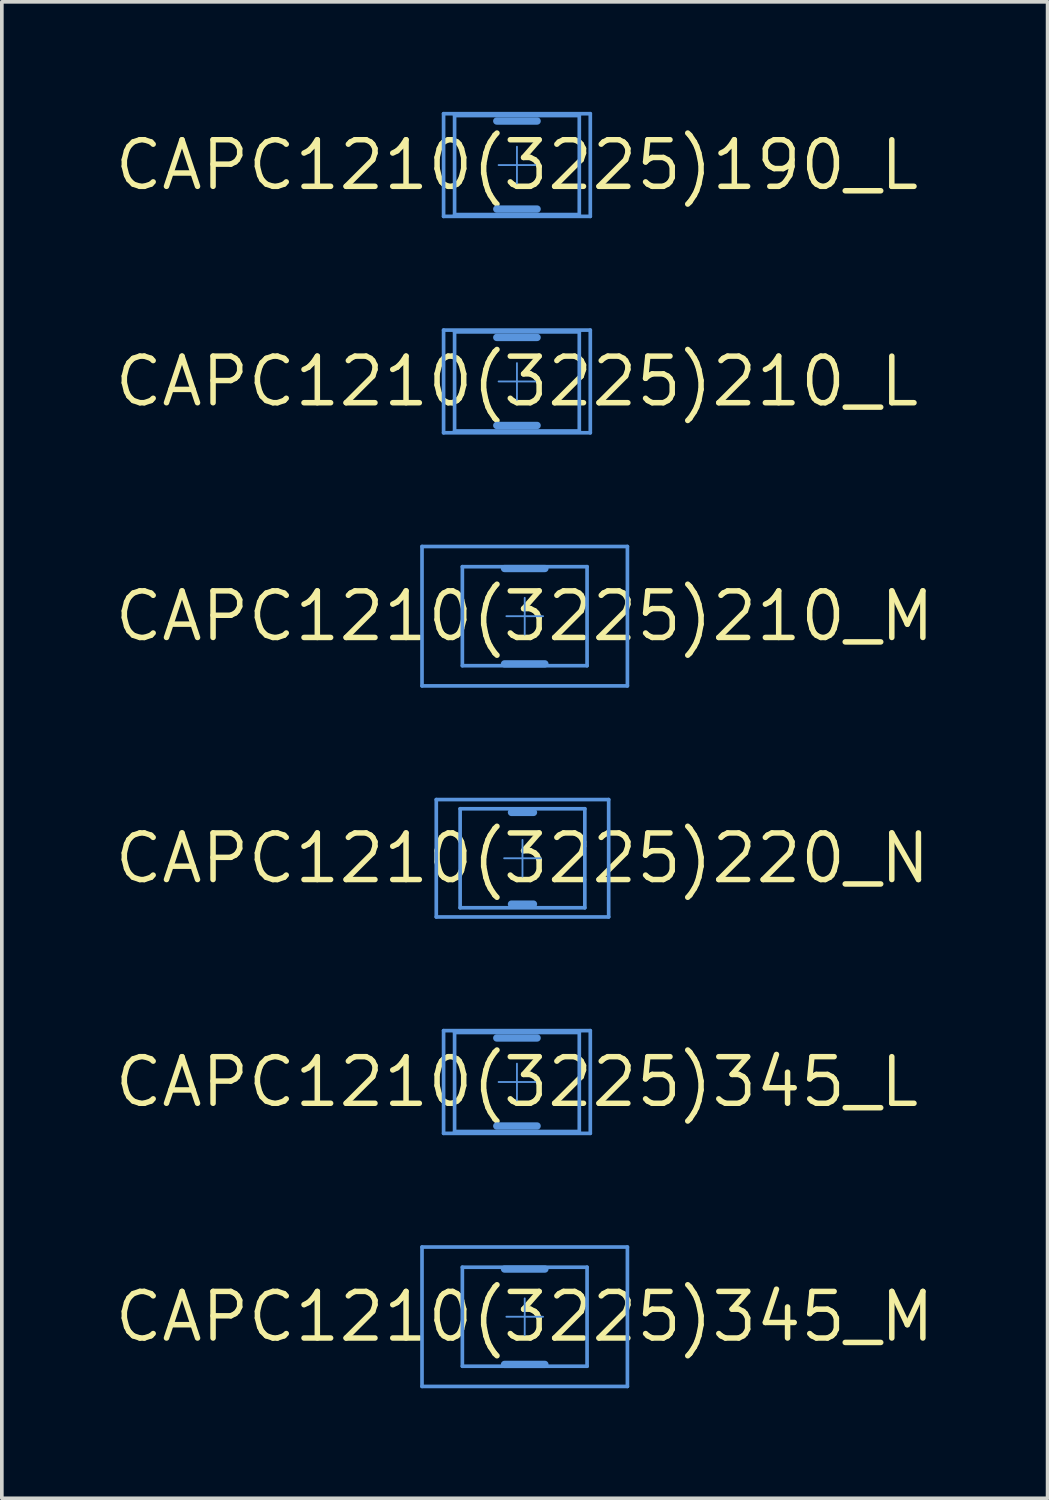
<source format=kicad_pcb>
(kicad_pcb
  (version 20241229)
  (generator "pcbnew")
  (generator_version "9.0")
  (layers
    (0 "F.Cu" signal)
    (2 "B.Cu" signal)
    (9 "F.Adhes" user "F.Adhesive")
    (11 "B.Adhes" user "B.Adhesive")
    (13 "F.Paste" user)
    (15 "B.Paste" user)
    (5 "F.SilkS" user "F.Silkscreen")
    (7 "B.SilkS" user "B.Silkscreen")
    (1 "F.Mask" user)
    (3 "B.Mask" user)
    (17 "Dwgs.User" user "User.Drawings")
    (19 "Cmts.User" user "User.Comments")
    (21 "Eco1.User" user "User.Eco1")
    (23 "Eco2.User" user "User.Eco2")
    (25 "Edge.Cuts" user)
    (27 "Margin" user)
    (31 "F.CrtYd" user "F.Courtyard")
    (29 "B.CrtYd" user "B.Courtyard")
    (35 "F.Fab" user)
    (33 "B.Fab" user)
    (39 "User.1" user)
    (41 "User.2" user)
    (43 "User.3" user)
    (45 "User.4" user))
  (footprint "CAPC1210(3225)220_N"
    (layer "F.Cu")
    (at 11.195 20.35)
    (property "Reference" "CAPC1210(3225)220_N" (at 0 0 0) (layer "F.SilkS") (effects (font (size 1.27 1.27) (thickness 0.15))))
    (attr through_hole)
    (fp_line (start -2.35 -1.6) (end 2.35 -1.6) (stroke (width 0.05) (type solid)) (layer "Cmts.User"))
    (fp_line (start -2.35 -1.6) (end 2.35 -1.6) (stroke (width 0.1) (type solid)) (layer "Cmts.User"))
    (fp_line (start -2.35 1.6) (end -2.35 -1.6) (stroke (width 0.05) (type solid)) (layer "Cmts.User"))
    (fp_line (start -2.35 1.6) (end -2.35 -1.6) (stroke (width 0.1) (type solid)) (layer "Cmts.User"))
    (fp_line (start -2.35 1.6) (end 2.35 1.6) (stroke (width 0.05) (type solid)) (layer "Cmts.User"))
    (fp_line (start -2.35 1.6) (end 2.35 1.6) (stroke (width 0.1) (type solid)) (layer "Cmts.User"))
    (fp_line (start -1.7 -1.35) (end 1.7 -1.35) (stroke (width 0.1) (type solid)) (layer "Cmts.User"))
    (fp_line (start -1.7 1.35) (end -1.7 -1.35) (stroke (width 0.1) (type solid)) (layer "Cmts.User"))
    (fp_line (start -1.7 1.35) (end 1.7 1.35) (stroke (width 0.1) (type solid)) (layer "Cmts.User"))
    (fp_line (start -0.5 0) (end 0.5 0) (stroke (width 0.05) (type solid)) (layer "Cmts.User"))
    (fp_line (start -0.3 -1.25) (end 0.3 -1.25) (stroke (width 0.2) (type solid)) (layer "Cmts.User"))
    (fp_line (start -0.3 1.25) (end 0.3 1.25) (stroke (width 0.2) (type solid)) (layer "Cmts.User"))
    (fp_line (start 0 0.5) (end 0 -0.5) (stroke (width 0.05) (type solid)) (layer "Cmts.User"))
    (fp_line (start 1.7 1.35) (end 1.7 -1.35) (stroke (width 0.1) (type solid)) (layer "Cmts.User"))
    (fp_line (start 2.35 1.6) (end 2.35 -1.6) (stroke (width 0.05) (type solid)) (layer "Cmts.User"))
    (fp_line (start 2.35 1.6) (end 2.35 -1.6) (stroke (width 0.1) (type solid)) (layer "Cmts.User")))
  (footprint "CAPC1210(3225)210_M"
    (layer "F.Cu")
    (at 11.256 13.75)
    (property "Reference" "CAPC1210(3225)210_M" (at 0 0 0) (layer "F.SilkS") (effects (font (size 1.27 1.27) (thickness 0.15))))
    (attr through_hole)
    (fp_line (start -2.8 -1.9) (end 2.8 -1.9) (stroke (width 0.05) (type solid)) (layer "Cmts.User"))
    (fp_line (start -2.8 -1.9) (end 2.8 -1.9) (stroke (width 0.1) (type solid)) (layer "Cmts.User"))
    (fp_line (start -2.8 1.9) (end -2.8 -1.9) (stroke (width 0.05) (type solid)) (layer "Cmts.User"))
    (fp_line (start -2.8 1.9) (end -2.8 -1.9) (stroke (width 0.1) (type solid)) (layer "Cmts.User"))
    (fp_line (start -2.8 1.9) (end 2.8 1.9) (stroke (width 0.05) (type solid)) (layer "Cmts.User"))
    (fp_line (start -2.8 1.9) (end 2.8 1.9) (stroke (width 0.1) (type solid)) (layer "Cmts.User"))
    (fp_line (start -1.7 -1.35) (end 1.7 -1.35) (stroke (width 0.1) (type solid)) (layer "Cmts.User"))
    (fp_line (start -1.7 1.35) (end -1.7 -1.35) (stroke (width 0.1) (type solid)) (layer "Cmts.User"))
    (fp_line (start -1.7 1.35) (end 1.7 1.35) (stroke (width 0.1) (type solid)) (layer "Cmts.User"))
    (fp_line (start -0.55 -1.3) (end 0.55 -1.3) (stroke (width 0.2) (type solid)) (layer "Cmts.User"))
    (fp_line (start -0.55 1.3) (end 0.55 1.3) (stroke (width 0.2) (type solid)) (layer "Cmts.User"))
    (fp_line (start -0.5 0) (end 0.5 0) (stroke (width 0.05) (type solid)) (layer "Cmts.User"))
    (fp_line (start 0 0.5) (end 0 -0.5) (stroke (width 0.05) (type solid)) (layer "Cmts.User"))
    (fp_line (start 1.7 1.35) (end 1.7 -1.35) (stroke (width 0.1) (type solid)) (layer "Cmts.User"))
    (fp_line (start 2.8 1.9) (end 2.8 -1.9) (stroke (width 0.05) (type solid)) (layer "Cmts.User"))
    (fp_line (start 2.8 1.9) (end 2.8 -1.9) (stroke (width 0.1) (type solid)) (layer "Cmts.User")))
  (footprint "CAPC1210(3225)345_M"
    (layer "F.Cu")
    (at 11.256 32.85)
    (property "Reference" "CAPC1210(3225)345_M" (at 0 0 0) (layer "F.SilkS") (effects (font (size 1.27 1.27) (thickness 0.15))))
    (attr through_hole)
    (fp_line (start -2.8 -1.9) (end 2.8 -1.9) (stroke (width 0.05) (type solid)) (layer "Cmts.User"))
    (fp_line (start -2.8 -1.9) (end 2.8 -1.9) (stroke (width 0.1) (type solid)) (layer "Cmts.User"))
    (fp_line (start -2.8 1.9) (end -2.8 -1.9) (stroke (width 0.05) (type solid)) (layer "Cmts.User"))
    (fp_line (start -2.8 1.9) (end -2.8 -1.9) (stroke (width 0.1) (type solid)) (layer "Cmts.User"))
    (fp_line (start -2.8 1.9) (end 2.8 1.9) (stroke (width 0.05) (type solid)) (layer "Cmts.User"))
    (fp_line (start -2.8 1.9) (end 2.8 1.9) (stroke (width 0.1) (type solid)) (layer "Cmts.User"))
    (fp_line (start -1.7 -1.35) (end 1.7 -1.35) (stroke (width 0.1) (type solid)) (layer "Cmts.User"))
    (fp_line (start -1.7 1.35) (end -1.7 -1.35) (stroke (width 0.1) (type solid)) (layer "Cmts.User"))
    (fp_line (start -1.7 1.35) (end 1.7 1.35) (stroke (width 0.1) (type solid)) (layer "Cmts.User"))
    (fp_line (start -0.55 -1.3) (end 0.55 -1.3) (stroke (width 0.2) (type solid)) (layer "Cmts.User"))
    (fp_line (start -0.55 1.3) (end 0.55 1.3) (stroke (width 0.2) (type solid)) (layer "Cmts.User"))
    (fp_line (start -0.5 0) (end 0.5 0) (stroke (width 0.05) (type solid)) (layer "Cmts.User"))
    (fp_line (start 0 0.5) (end 0 -0.5) (stroke (width 0.05) (type solid)) (layer "Cmts.User"))
    (fp_line (start 1.7 1.35) (end 1.7 -1.35) (stroke (width 0.1) (type solid)) (layer "Cmts.User"))
    (fp_line (start 2.8 1.9) (end 2.8 -1.9) (stroke (width 0.05) (type solid)) (layer "Cmts.User"))
    (fp_line (start 2.8 1.9) (end 2.8 -1.9) (stroke (width 0.1) (type solid)) (layer "Cmts.User")))
  (footprint "CAPC1210(3225)345_L"
    (layer "F.Cu")
    (at 11.044 26.45)
    (property "Reference" "CAPC1210(3225)345_L" (at 0 0 0) (layer "F.SilkS") (effects (font (size 1.27 1.27) (thickness 0.15))))
    (attr through_hole)
    (fp_line (start -2 -1.4) (end 2 -1.4) (stroke (width 0.05) (type solid)) (layer "Cmts.User"))
    (fp_line (start -2 -1.4) (end 2 -1.4) (stroke (width 0.1) (type solid)) (layer "Cmts.User"))
    (fp_line (start -2 1.4) (end -2 -1.4) (stroke (width 0.05) (type solid)) (layer "Cmts.User"))
    (fp_line (start -2 1.4) (end -2 -1.4) (stroke (width 0.1) (type solid)) (layer "Cmts.User"))
    (fp_line (start -2 1.4) (end 2 1.4) (stroke (width 0.05) (type solid)) (layer "Cmts.User"))
    (fp_line (start -2 1.4) (end 2 1.4) (stroke (width 0.1) (type solid)) (layer "Cmts.User"))
    (fp_line (start -1.7 -1.35) (end 1.7 -1.35) (stroke (width 0.1) (type solid)) (layer "Cmts.User"))
    (fp_line (start -1.7 1.35) (end -1.7 -1.35) (stroke (width 0.1) (type solid)) (layer "Cmts.User"))
    (fp_line (start -1.7 1.35) (end 1.7 1.35) (stroke (width 0.1) (type solid)) (layer "Cmts.User"))
    (fp_line (start -0.55 -1.2) (end 0.55 -1.2) (stroke (width 0.2) (type solid)) (layer "Cmts.User"))
    (fp_line (start -0.55 1.2) (end 0.55 1.2) (stroke (width 0.2) (type solid)) (layer "Cmts.User"))
    (fp_line (start -0.5 0) (end 0.5 0) (stroke (width 0.05) (type solid)) (layer "Cmts.User"))
    (fp_line (start 0 0.5) (end 0 -0.5) (stroke (width 0.05) (type solid)) (layer "Cmts.User"))
    (fp_line (start 1.7 1.35) (end 1.7 -1.35) (stroke (width 0.1) (type solid)) (layer "Cmts.User"))
    (fp_line (start 2 1.4) (end 2 -1.4) (stroke (width 0.05) (type solid)) (layer "Cmts.User"))
    (fp_line (start 2 1.4) (end 2 -1.4) (stroke (width 0.1) (type solid)) (layer "Cmts.User")))
  (footprint "CAPC1210(3225)190_L"
    (layer "F.Cu")
    (at 11.044 1.45)
    (property "Reference" "CAPC1210(3225)190_L" (at 0 0 0) (layer "F.SilkS") (effects (font (size 1.27 1.27) (thickness 0.15))))
    (attr through_hole)
    (fp_line (start -2 -1.4) (end 2 -1.4) (stroke (width 0.05) (type solid)) (layer "Cmts.User"))
    (fp_line (start -2 -1.4) (end 2 -1.4) (stroke (width 0.1) (type solid)) (layer "Cmts.User"))
    (fp_line (start -2 1.4) (end -2 -1.4) (stroke (width 0.05) (type solid)) (layer "Cmts.User"))
    (fp_line (start -2 1.4) (end -2 -1.4) (stroke (width 0.1) (type solid)) (layer "Cmts.User"))
    (fp_line (start -2 1.4) (end 2 1.4) (stroke (width 0.05) (type solid)) (layer "Cmts.User"))
    (fp_line (start -2 1.4) (end 2 1.4) (stroke (width 0.1) (type solid)) (layer "Cmts.User"))
    (fp_line (start -1.7 -1.35) (end 1.7 -1.35) (stroke (width 0.1) (type solid)) (layer "Cmts.User"))
    (fp_line (start -1.7 1.35) (end -1.7 -1.35) (stroke (width 0.1) (type solid)) (layer "Cmts.User"))
    (fp_line (start -1.7 1.35) (end 1.7 1.35) (stroke (width 0.1) (type solid)) (layer "Cmts.User"))
    (fp_line (start -0.55 -1.2) (end 0.55 -1.2) (stroke (width 0.2) (type solid)) (layer "Cmts.User"))
    (fp_line (start -0.55 1.2) (end 0.55 1.2) (stroke (width 0.2) (type solid)) (layer "Cmts.User"))
    (fp_line (start -0.5 0) (end 0.5 0) (stroke (width 0.05) (type solid)) (layer "Cmts.User"))
    (fp_line (start 0 0.5) (end 0 -0.5) (stroke (width 0.05) (type solid)) (layer "Cmts.User"))
    (fp_line (start 1.7 1.35) (end 1.7 -1.35) (stroke (width 0.1) (type solid)) (layer "Cmts.User"))
    (fp_line (start 2 1.4) (end 2 -1.4) (stroke (width 0.05) (type solid)) (layer "Cmts.User"))
    (fp_line (start 2 1.4) (end 2 -1.4) (stroke (width 0.1) (type solid)) (layer "Cmts.User")))
  (footprint "CAPC1210(3225)210_L"
    (layer "F.Cu")
    (at 11.044 7.35)
    (property "Reference" "CAPC1210(3225)210_L" (at 0 0 0) (layer "F.SilkS") (effects (font (size 1.27 1.27) (thickness 0.15))))
    (attr through_hole)
    (fp_line (start -2 -1.4) (end 2 -1.4) (stroke (width 0.05) (type solid)) (layer "Cmts.User"))
    (fp_line (start -2 -1.4) (end 2 -1.4) (stroke (width 0.1) (type solid)) (layer "Cmts.User"))
    (fp_line (start -2 1.4) (end -2 -1.4) (stroke (width 0.05) (type solid)) (layer "Cmts.User"))
    (fp_line (start -2 1.4) (end -2 -1.4) (stroke (width 0.1) (type solid)) (layer "Cmts.User"))
    (fp_line (start -2 1.4) (end 2 1.4) (stroke (width 0.05) (type solid)) (layer "Cmts.User"))
    (fp_line (start -2 1.4) (end 2 1.4) (stroke (width 0.1) (type solid)) (layer "Cmts.User"))
    (fp_line (start -1.7 -1.35) (end 1.7 -1.35) (stroke (width 0.1) (type solid)) (layer "Cmts.User"))
    (fp_line (start -1.7 1.35) (end -1.7 -1.35) (stroke (width 0.1) (type solid)) (layer "Cmts.User"))
    (fp_line (start -1.7 1.35) (end 1.7 1.35) (stroke (width 0.1) (type solid)) (layer "Cmts.User"))
    (fp_line (start -0.55 -1.2) (end 0.55 -1.2) (stroke (width 0.2) (type solid)) (layer "Cmts.User"))
    (fp_line (start -0.55 1.2) (end 0.55 1.2) (stroke (width 0.2) (type solid)) (layer "Cmts.User"))
    (fp_line (start -0.5 0) (end 0.5 0) (stroke (width 0.05) (type solid)) (layer "Cmts.User"))
    (fp_line (start 0 0.5) (end 0 -0.5) (stroke (width 0.05) (type solid)) (layer "Cmts.User"))
    (fp_line (start 1.7 1.35) (end 1.7 -1.35) (stroke (width 0.1) (type solid)) (layer "Cmts.User"))
    (fp_line (start 2 1.4) (end 2 -1.4) (stroke (width 0.05) (type solid)) (layer "Cmts.User"))
    (fp_line (start 2 1.4) (end 2 -1.4) (stroke (width 0.1) (type solid)) (layer "Cmts.User")))
  (gr_rect
    (start -3 -3)
    (end 25.512 37.8)
    (stroke (width 0.1) (type default))
    (fill no)
    (layer "Edge.Cuts")))
</source>
